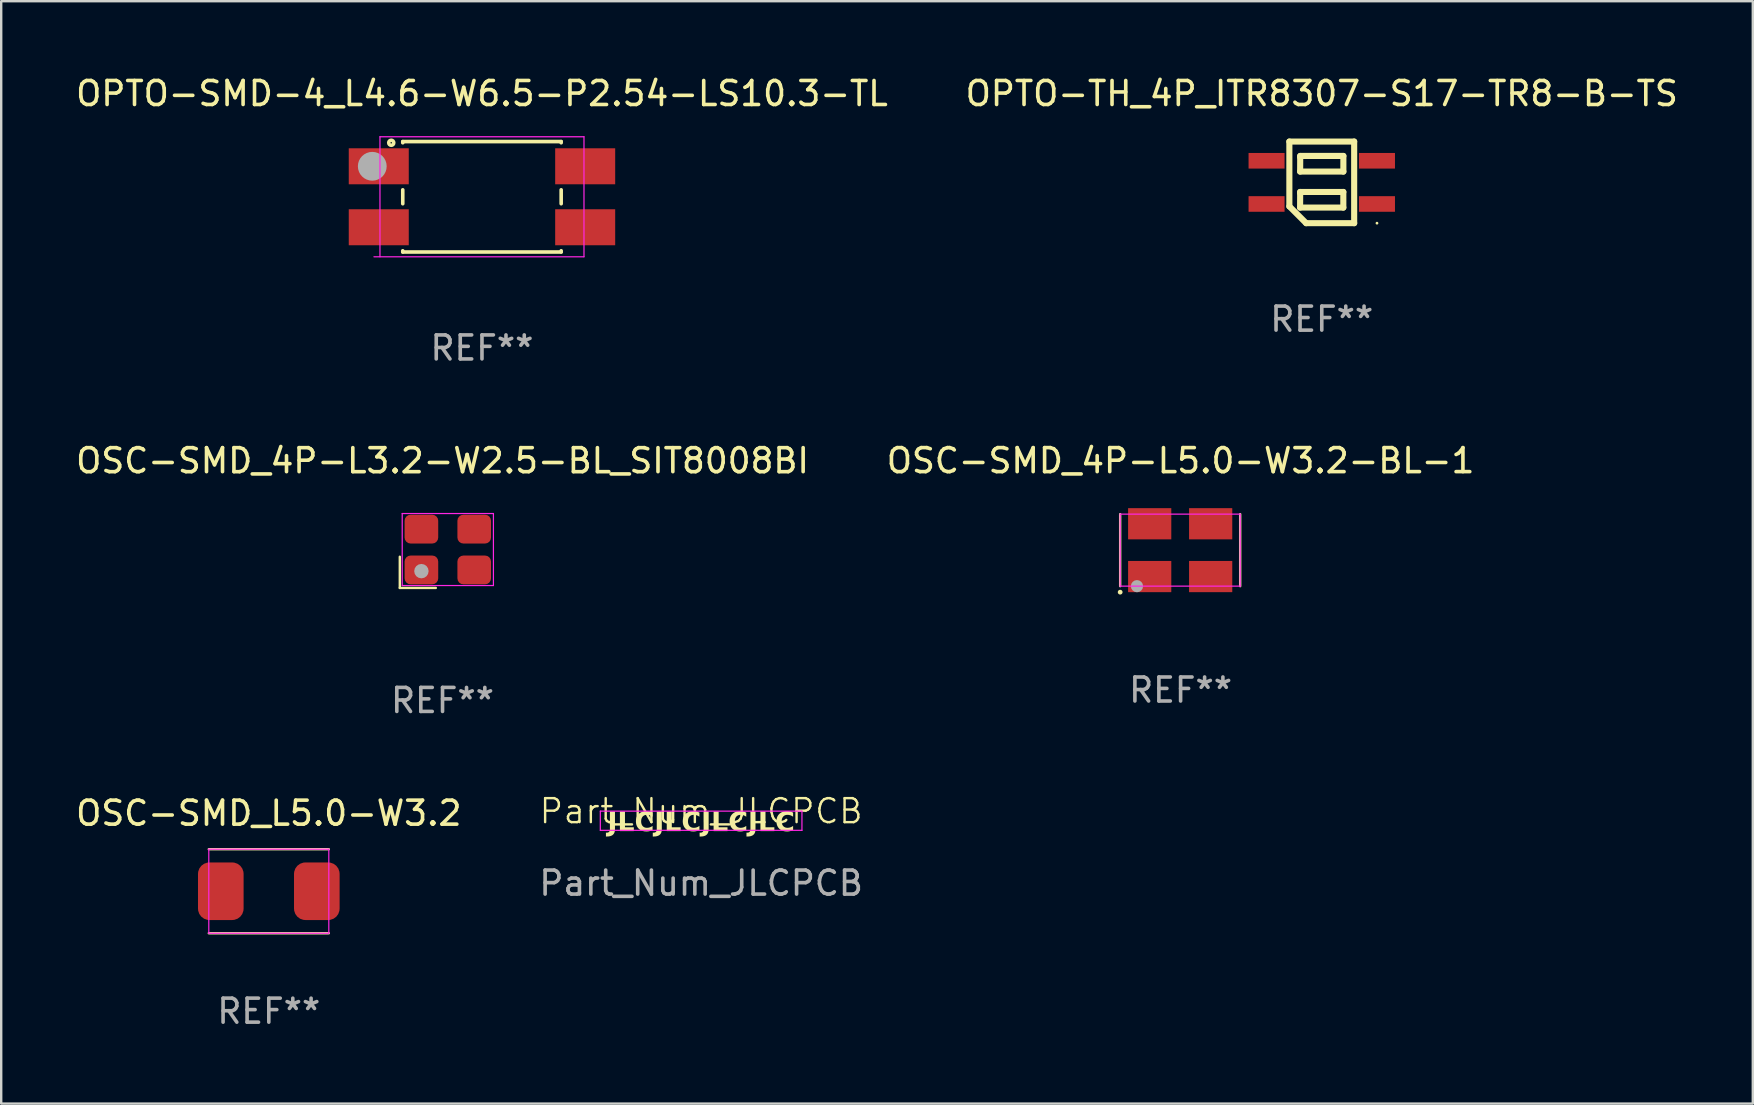
<source format=kicad_pcb>
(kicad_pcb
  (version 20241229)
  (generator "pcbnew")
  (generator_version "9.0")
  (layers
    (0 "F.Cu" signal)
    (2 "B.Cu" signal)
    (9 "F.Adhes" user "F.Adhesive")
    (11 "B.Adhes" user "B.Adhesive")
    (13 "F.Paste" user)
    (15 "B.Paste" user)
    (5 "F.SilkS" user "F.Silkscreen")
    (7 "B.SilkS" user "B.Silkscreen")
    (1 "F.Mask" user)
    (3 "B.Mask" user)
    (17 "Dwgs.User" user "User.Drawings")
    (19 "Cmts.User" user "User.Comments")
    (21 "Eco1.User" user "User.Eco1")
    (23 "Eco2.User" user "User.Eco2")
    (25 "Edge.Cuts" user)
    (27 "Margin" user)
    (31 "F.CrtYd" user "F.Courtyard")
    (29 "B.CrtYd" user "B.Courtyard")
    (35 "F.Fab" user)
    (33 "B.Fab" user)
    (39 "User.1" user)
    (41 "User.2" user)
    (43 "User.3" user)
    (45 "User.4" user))
  (footprint "OSC-SMD_4P-L5.0-W3.2-BL-1"
    (layer "F.Cu")
    (at 46.119 19.871)
    (property "Reference" "OSC-SMD_4P-L5.0-W3.2-BL-1" (at 0.018 -3.727 0) (layer "F.SilkS") (effects (font (size 1 1) (thickness 0.15))))
    (attr smd)
    (fp_line (start -2.5 -1.5) (end -2.5 1.5) (stroke (width 0.1) (type default)) (layer "F.SilkS"))
    (fp_line (start 2.5 -1.5) (end 2.5 1.5) (stroke (width 0.1) (type default)) (layer "F.SilkS"))
    (fp_circle (center -2.5 1.75) (end -2.45 1.75) (stroke (width 0.1) (type default)) (fill no) (layer "F.SilkS"))
    (fp_line (start -2.5 -1.5) (end 2.5 -1.5) (stroke (width 0.05) (type default)) (layer "F.CrtYd"))
    (fp_line (start -2.5 1.5) (end -2.5 -1.5) (stroke (width 0.05) (type default)) (layer "F.CrtYd"))
    (fp_line (start 2.5 -1.5) (end 2.5 1.5) (stroke (width 0.05) (type default)) (layer "F.CrtYd"))
    (fp_line (start 2.5 1.5) (end -2.5 1.5) (stroke (width 0.05) (type default)) (layer "F.CrtYd"))
    (fp_circle (center -1.8 1.5) (end -1.673 1.5) (stroke (width 0.254) (type solid)) (fill no) (layer "F.Fab"))
    (fp_text user "REF**" (at 0.018 5.829 0) (layer "F.Fab") (effects (font (size 1 1) (thickness 0.15))))
    (pad "1" smd rect (at -1.27 1.1) (size 1.8 1.3) (layers "F.Cu" "F.Mask" "F.Paste"))
    (pad "2" smd rect (at 1.27 1.1) (size 1.8 1.3) (layers "F.Cu" "F.Mask" "F.Paste"))
    (pad "3" smd rect (at 1.27 -1.1 180) (size 1.8 1.3) (layers "F.Cu" "F.Mask" "F.Paste"))
    (pad "4" smd rect (at -1.27 -1.1) (size 1.8 1.3) (layers "F.Cu" "F.Mask" "F.Paste")))
  (footprint "Part_Num_JLCPCB"
    (layer "F.Cu")
    (at 26.161 31.244)
    (property "Reference" "Part_Num_JLCPCB" (at 0 -0.5 0) (unlocked yes) (layer "F.SilkS") (effects (font (size 1 1) (thickness 0.1))))
    (fp_line (start -4.2 -0.5) (end 4.2 -0.5) (stroke (width 0.05) (type default)) (layer "F.CrtYd"))
    (fp_line (start -4.2 0.3) (end -4.2 -0.5) (stroke (width 0.05) (type default)) (layer "F.CrtYd"))
    (fp_line (start 4.2 -0.5) (end 4.2 0.3) (stroke (width 0.05) (type default)) (layer "F.CrtYd"))
    (fp_line (start 4.2 0.3) (end -4.2 0.3) (stroke (width 0.05) (type default)) (layer "F.CrtYd"))
    (fp_text user "JLCJLCJLCJLC" (at 0 0 0) (unlocked yes) (layer "F.SilkS") (effects (font (face "Arial") (size 0.8 0.8) (thickness 0.15) (bold yes))))
    (fp_text user "${REFERENCE}" (at 0 2.5 0) (unlocked yes) (layer "F.Fab") (effects (font (size 1 1) (thickness 0.15)))))
  (footprint "OPTO-SMD-4_L4.6-W6.5-P2.54-LS10.3-TL"
    (layer "F.Cu")
    (at 17.03 5.148)
    (property "Reference" "OPTO-SMD-4_L4.6-W6.5-P2.54-LS10.3-TL" (at 0 -4.3 0) (layer "F.SilkS") (effects (font (size 1 1) (thickness 0.15))))
    (attr smd)
    (fp_line (start -3.3 -2.3) (end -3.3 -2.25) (stroke (width 0.15) (type solid)) (layer "F.SilkS"))
    (fp_line (start -3.3 -2.3) (end 3.3 -2.3) (stroke (width 0.15) (type solid)) (layer "F.SilkS"))
    (fp_line (start -3.3 -0.29) (end -3.3 0.29) (stroke (width 0.15) (type solid)) (layer "F.SilkS"))
    (fp_line (start -3.3 2.25) (end -3.3 2.3) (stroke (width 0.15) (type solid)) (layer "F.SilkS"))
    (fp_line (start 3.3 -2.3) (end 3.3 -2.25) (stroke (width 0.15) (type solid)) (layer "F.SilkS"))
    (fp_line (start 3.3 -0.29) (end 3.3 0.29) (stroke (width 0.15) (type solid)) (layer "F.SilkS"))
    (fp_line (start 3.3 2.25) (end 3.3 2.3) (stroke (width 0.15) (type solid)) (layer "F.SilkS"))
    (fp_line (start 3.3 2.3) (end -3.3 2.3) (stroke (width 0.15) (type solid)) (layer "F.SilkS"))
    (fp_circle (center -3.78 -2.25) (end -3.75 -2.25) (stroke (width 0.15) (type solid)) (fill no) (layer "F.SilkS"))
    (fp_line (start -4.25 -2.5) (end 4.25 -2.5) (stroke (width 0.05) (type default)) (layer "F.CrtYd"))
    (fp_line (start -4.25 2.5) (end -4.25 -2.5) (stroke (width 0.05) (type default)) (layer "F.CrtYd"))
    (fp_line (start 4.25 -2.5) (end 4.25 2.5) (stroke (width 0.05) (type default)) (layer "F.CrtYd"))
    (fp_line (start 4.25 2.5) (end -4.5 2.5) (stroke (width 0.05) (type default)) (layer "F.CrtYd"))
    (fp_circle (center -4.57 -1.27) (end -4.27 -1.27) (stroke (width 0.6) (type solid)) (fill no) (layer "F.Fab"))
    (fp_text user "REF**" (at 0 6.3 0) (layer "F.Fab") (effects (font (size 1 1) (thickness 0.15))))
    (pad "1" smd rect (at -4.3 -1.27 90) (size 1.5 2.5) (layers "F.Cu" "F.Mask" "F.Paste"))
    (pad "2" smd rect (at -4.3 1.27 90) (size 1.5 2.5) (layers "F.Cu" "F.Mask" "F.Paste"))
    (pad "3" smd rect (at 4.3 1.27 90) (size 1.5 2.5) (layers "F.Cu" "F.Mask" "F.Paste"))
    (pad "4" smd rect (at 4.3 -1.27 90) (size 1.5 2.5) (layers "F.Cu" "F.Mask" "F.Paste")))
  (footprint "OPTO-TH_4P_ITR8307-S17-TR8-B-TS"
    (layer "F.Cu")
    (at 52.018 4.548)
    (property "Reference" "OPTO-TH_4P_ITR8307-S17-TR8-B-TS" (at 0 -3.7 0) (layer "F.SilkS") (effects (font (size 1 1) (thickness 0.15))))
    (attr smd)
    (fp_line (start -1.35 -1.7) (end 1.35 -1.7) (stroke (width 0.254) (type solid)) (layer "F.SilkS"))
    (fp_line (start -1.35 1) (end -1.35 -1.7) (stroke (width 0.254) (type solid)) (layer "F.SilkS"))
    (fp_line (start -1.349 1.001) (end -0.65 1.7) (stroke (width 0.254) (type solid)) (layer "F.SilkS"))
    (fp_line (start -0.903 1.05) (end -0.9 0.45) (stroke (width 0.254) (type solid)) (layer "F.SilkS"))
    (fp_line (start -0.901 -0.45) (end -0.898 -1.05) (stroke (width 0.254) (type solid)) (layer "F.SilkS"))
    (fp_line (start -0.9 0.399) (end 0.898 0.399) (stroke (width 0.254) (type solid)) (layer "F.SilkS"))
    (fp_line (start -0.9 0.45) (end -0.9 0.399) (stroke (width 0.254) (type solid)) (layer "F.SilkS"))
    (fp_line (start -0.898 -1.101) (end 0.9 -1.101) (stroke (width 0.254) (type solid)) (layer "F.SilkS"))
    (fp_line (start -0.898 -1.05) (end -0.898 -1.101) (stroke (width 0.254) (type solid)) (layer "F.SilkS"))
    (fp_line (start 0.898 0.399) (end 0.898 1.05) (stroke (width 0.254) (type solid)) (layer "F.SilkS"))
    (fp_line (start 0.898 1.05) (end -0.903 1.05) (stroke (width 0.254) (type solid)) (layer "F.SilkS"))
    (fp_line (start 0.9 -1.101) (end 0.9 -0.45) (stroke (width 0.254) (type solid)) (layer "F.SilkS"))
    (fp_line (start 0.9 -0.45) (end -0.901 -0.45) (stroke (width 0.254) (type solid)) (layer "F.SilkS"))
    (fp_line (start 1.35 -1.7) (end 1.35 1.7) (stroke (width 0.254) (type solid)) (layer "F.SilkS"))
    (fp_line (start 1.35 1.7) (end -0.65 1.7) (stroke (width 0.254) (type solid)) (layer "F.SilkS"))
    (fp_circle (center 2.3 1.7) (end 2.33 1.7) (stroke (width 0.06) (type solid)) (fill no) (layer "F.SilkS"))
    (fp_text user "REF**" (at 0 5.7 0) (layer "F.Fab") (effects (font (size 1 1) (thickness 0.15))))
    (pad "1" smd rect (at 2.3 0.9) (size 1.5 0.65) (layers "F.Cu" "F.Mask" "F.Paste"))
    (pad "2" smd rect (at -2.3 0.9) (size 1.5 0.65) (layers "F.Cu" "F.Mask" "F.Paste"))
    (pad "3" smd rect (at 2.3 -0.9) (size 1.5 0.65) (layers "F.Cu" "F.Mask" "F.Paste"))
    (pad "4" smd rect (at -2.3 -0.9) (size 1.5 0.65) (layers "F.Cu" "F.Mask" "F.Paste")))
  (footprint "OSC-SMD_4P-L3.2-W2.5-BL_SIT8008BI"
    (layer "F.Cu")
    (at 15.607 19.845)
    (property "Reference" "OSC-SMD_4P-L3.2-W2.5-BL_SIT8008BI" (at -0.22 -3.7 0) (layer "F.SilkS") (effects (font (size 1 1) (thickness 0.15))))
    (attr smd)
    (fp_line (start -2 0.3) (end -2 1.6) (stroke (width 0.1) (type default)) (layer "F.SilkS"))
    (fp_line (start -2 1.6) (end -0.5 1.6) (stroke (width 0.1) (type default)) (layer "F.SilkS"))
    (fp_line (start -1.9 -1.5) (end 1.9 -1.5) (stroke (width 0.05) (type default)) (layer "F.CrtYd"))
    (fp_line (start -1.9 1.5) (end -1.9 -1.5) (stroke (width 0.05) (type default)) (layer "F.CrtYd"))
    (fp_line (start 1.9 -1.5) (end 1.9 1.5) (stroke (width 0.05) (type default)) (layer "F.CrtYd"))
    (fp_line (start 1.9 1.5) (end -1.9 1.5) (stroke (width 0.05) (type default)) (layer "F.CrtYd"))
    (fp_circle (center -1.1 0.9) (end -0.95 0.9) (stroke (width 0.3) (type solid)) (fill no) (layer "F.Fab"))
    (fp_text user "REF**" (at -0.22 6.29 0) (layer "F.Fab") (effects (font (size 1 1) (thickness 0.15))))
    (pad "1" smd roundrect (at -1.1 0.85) (size 1.4 1.2) (layers "F.Cu" "F.Mask" "F.Paste") (roundrect_rratio 0.208))
    (pad "2" smd roundrect (at 1.1 0.85) (size 1.4 1.2) (layers "F.Cu" "F.Mask" "F.Paste") (roundrect_rratio 0.208))
    (pad "3" smd roundrect (at 1.1 -0.85) (size 1.4 1.2) (layers "F.Cu" "F.Mask" "F.Paste") (roundrect_rratio 0.208))
    (pad "4" smd roundrect (at -1.1 -0.85) (size 1.4 1.2) (layers "F.Cu" "F.Mask" "F.Paste") (roundrect_rratio 0.208))
    (zone (net_name "") (layer "F.Cu") (hatch edge 0.5) (connect_pads) (min_thickness 0.25) (filled_areas_thickness no) (keepout (tracks allowed) (vias allowed) (pads allowed) (copperpour not_allowed) (footprints not_allowed)) (placement (enabled no)) (fill) (polygon (pts (xy 13.607 18.245) (xy 17.607 18.245) (xy 17.607 21.445) (xy 13.607 21.445)))))
  (footprint "OSC-SMD_L5.0-W3.2"
    (layer "F.Cu")
    (at 8.149 34.081)
    (property "Reference" "OSC-SMD_L5.0-W3.2" (at 0 -3.25 0) (layer "F.SilkS") (effects (font (size 1 1) (thickness 0.15))))
    (attr smd)
    (fp_line (start -2.5 -1.75) (end 2.5 -1.75) (stroke (width 0.1) (type default)) (layer "F.SilkS"))
    (fp_line (start -2.5 1.75) (end 2.5 1.75) (stroke (width 0.1) (type default)) (layer "F.SilkS"))
    (fp_line (start -2.5 -1.75) (end 2.5 -1.75) (stroke (width 0.05) (type default)) (layer "F.CrtYd"))
    (fp_line (start -2.5 1.75) (end -2.5 -1.75) (stroke (width 0.05) (type default)) (layer "F.CrtYd"))
    (fp_line (start 2.5 -1.75) (end 2.5 1.75) (stroke (width 0.05) (type default)) (layer "F.CrtYd"))
    (fp_line (start 2.5 1.75) (end -2.5 1.75) (stroke (width 0.05) (type default)) (layer "F.CrtYd"))
    (fp_text user "REF**" (at 0.000013 5 0) (layer "F.Fab") (effects (font (size 1 1) (thickness 0.15))))
    (pad "1" smd roundrect (at -2 0) (size 1.9 2.4) (layers "F.Cu" "F.Mask" "F.Paste") (roundrect_rratio 0.25))
    (pad "2" smd roundrect (at 2 0) (size 1.9 2.4) (layers "F.Cu" "F.Mask" "F.Paste") (roundrect_rratio 0.25)))
  (gr_rect
    (start -3 -3)
    (end 69.976 42.929)
    (stroke (width 0.1) (type default))
    (fill no)
    (layer "Edge.Cuts")))
</source>
